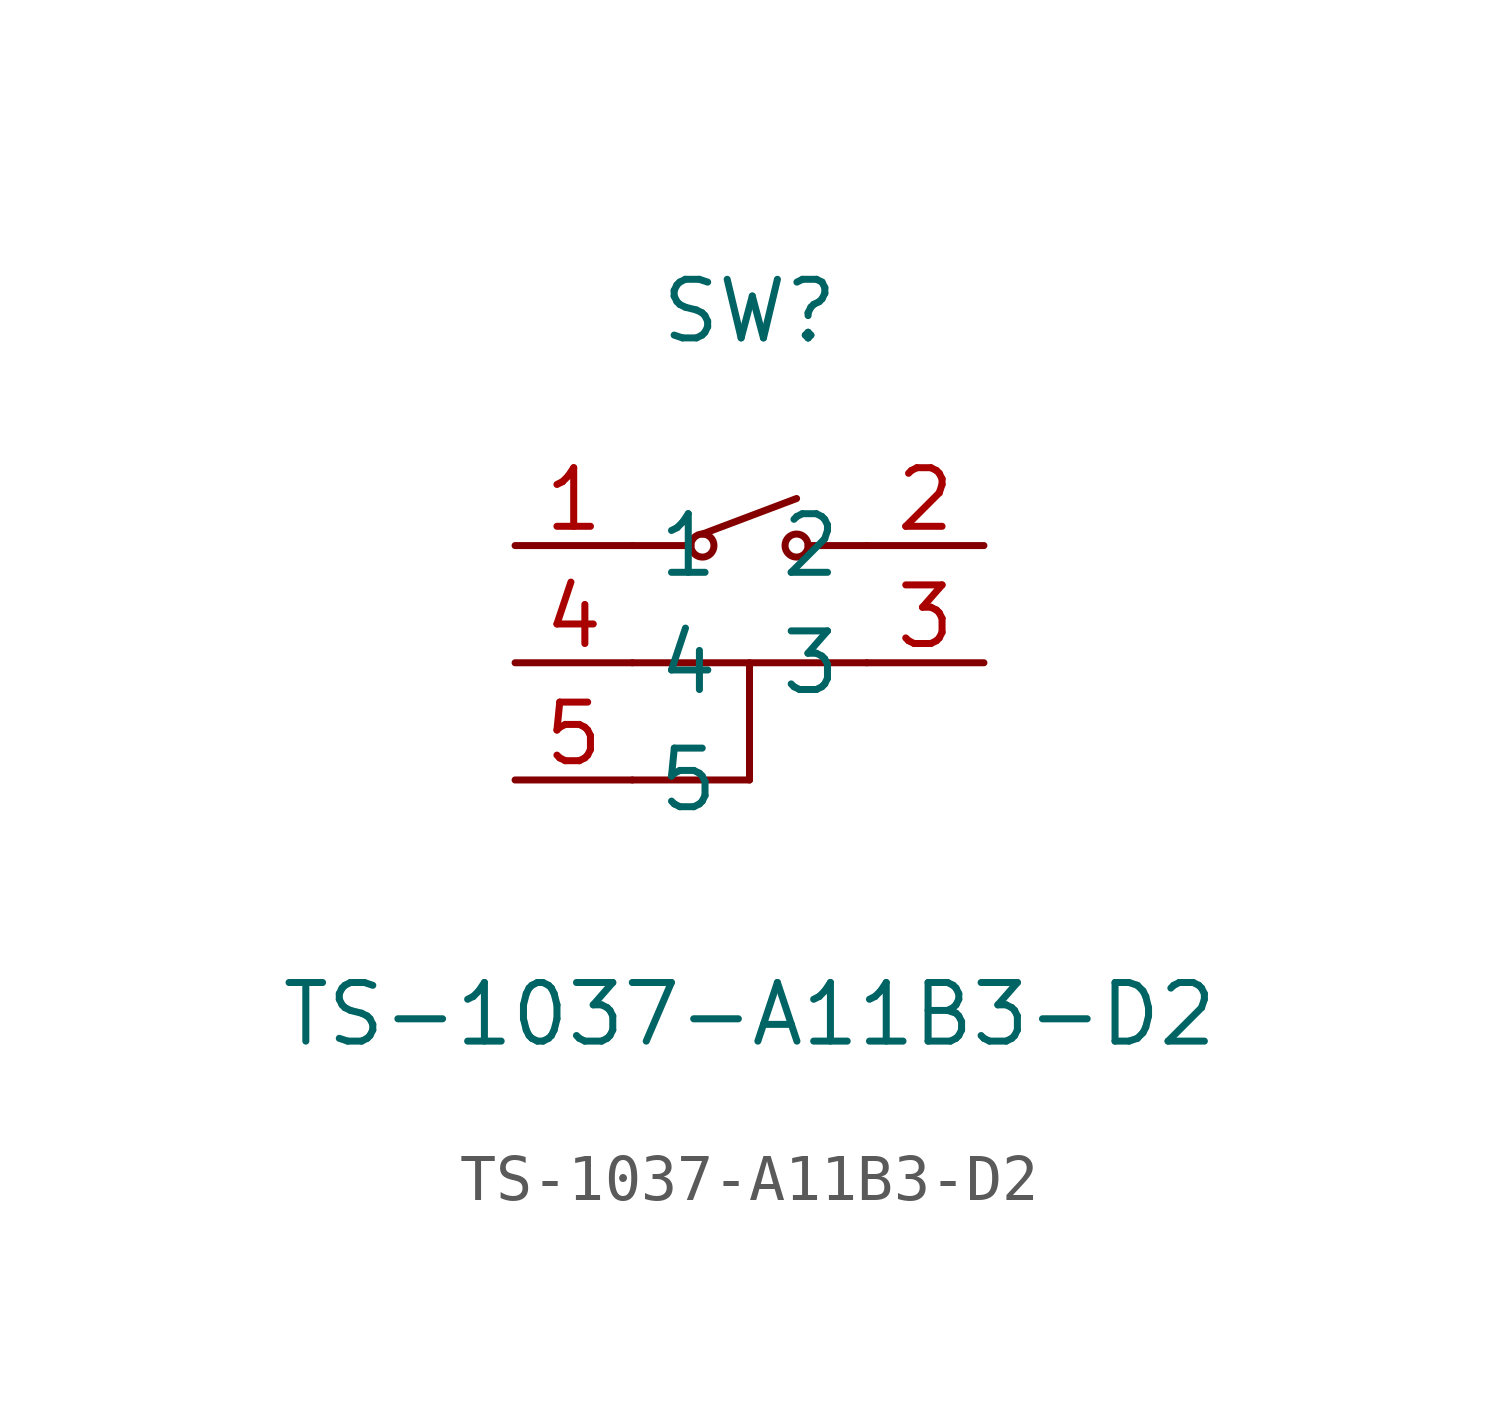
<source format=kicad_sym>
(kicad_symbol_lib
  (version 20231120)
  (generator "kicad_symbol_editor")
  (generator_version "8.0")
  (symbol "TS-1037-A11B3-D2"
    (property "Reference" "SW"
      (at 0 7.62 0)
      (effects (font (size 1.27 1.27))))
    (property "Value" "TS-1037-A11B3-D2"
      (at 0 -7.62 0)
      (effects (font (size 1.27 1.27))))
    (symbol "TS-1037-A11B3-D2_0_1"
      (circle (center -1.02 2.54) (radius 0.25) (stroke (width 0) (type default)) (fill (type none)))
      (polyline (pts (xy -2.54 -2.54) (xy 0 -2.54)) (stroke (width 0) (type default)) (fill (type none)))
      (polyline (pts (xy -2.54 0) (xy 2.54 0)) (stroke (width 0) (type default)) (fill (type none)))
      (polyline (pts (xy -2.54 2.54) (xy -1.27 2.54)) (stroke (width 0) (type default)) (fill (type none)))
      (polyline (pts (xy -1.02 2.79) (xy 1.02 3.56)) (stroke (width 0) (type default)) (fill (type none)))
      (polyline (pts (xy 0 0) (xy 0 -2.54)) (stroke (width 0) (type default)) (fill (type none)))
      (polyline (pts (xy 2.54 2.54) (xy 1.27 2.54)) (stroke (width 0) (type default)) (fill (type none)))
      (circle (center 1.02 2.54) (radius 0.25) (stroke (width 0) (type default)) (fill (type none)))
      (pin passive line (at -5.08 2.54 0) (length 2.54) (name "1" (effects (font (size 1.27 1.27)))) (number "1" (effects (font (size 1.27 1.27)))))
      (pin passive line (at 5.08 2.54 180) (length 2.54) (name "2" (effects (font (size 1.27 1.27)))) (number "2" (effects (font (size 1.27 1.27)))))
      (pin passive line (at 5.08 0 180) (length 2.54) (name "3" (effects (font (size 1.27 1.27)))) (number "3" (effects (font (size 1.27 1.27)))))
      (pin passive line (at -5.08 0 0) (length 2.54) (name "4" (effects (font (size 1.27 1.27)))) (number "4" (effects (font (size 1.27 1.27)))))
      (pin passive line (at -5.08 -2.54 0) (length 2.54) (name "5" (effects (font (size 1.27 1.27)))) (number "5" (effects (font (size 1.27 1.27))))))))
</source>
